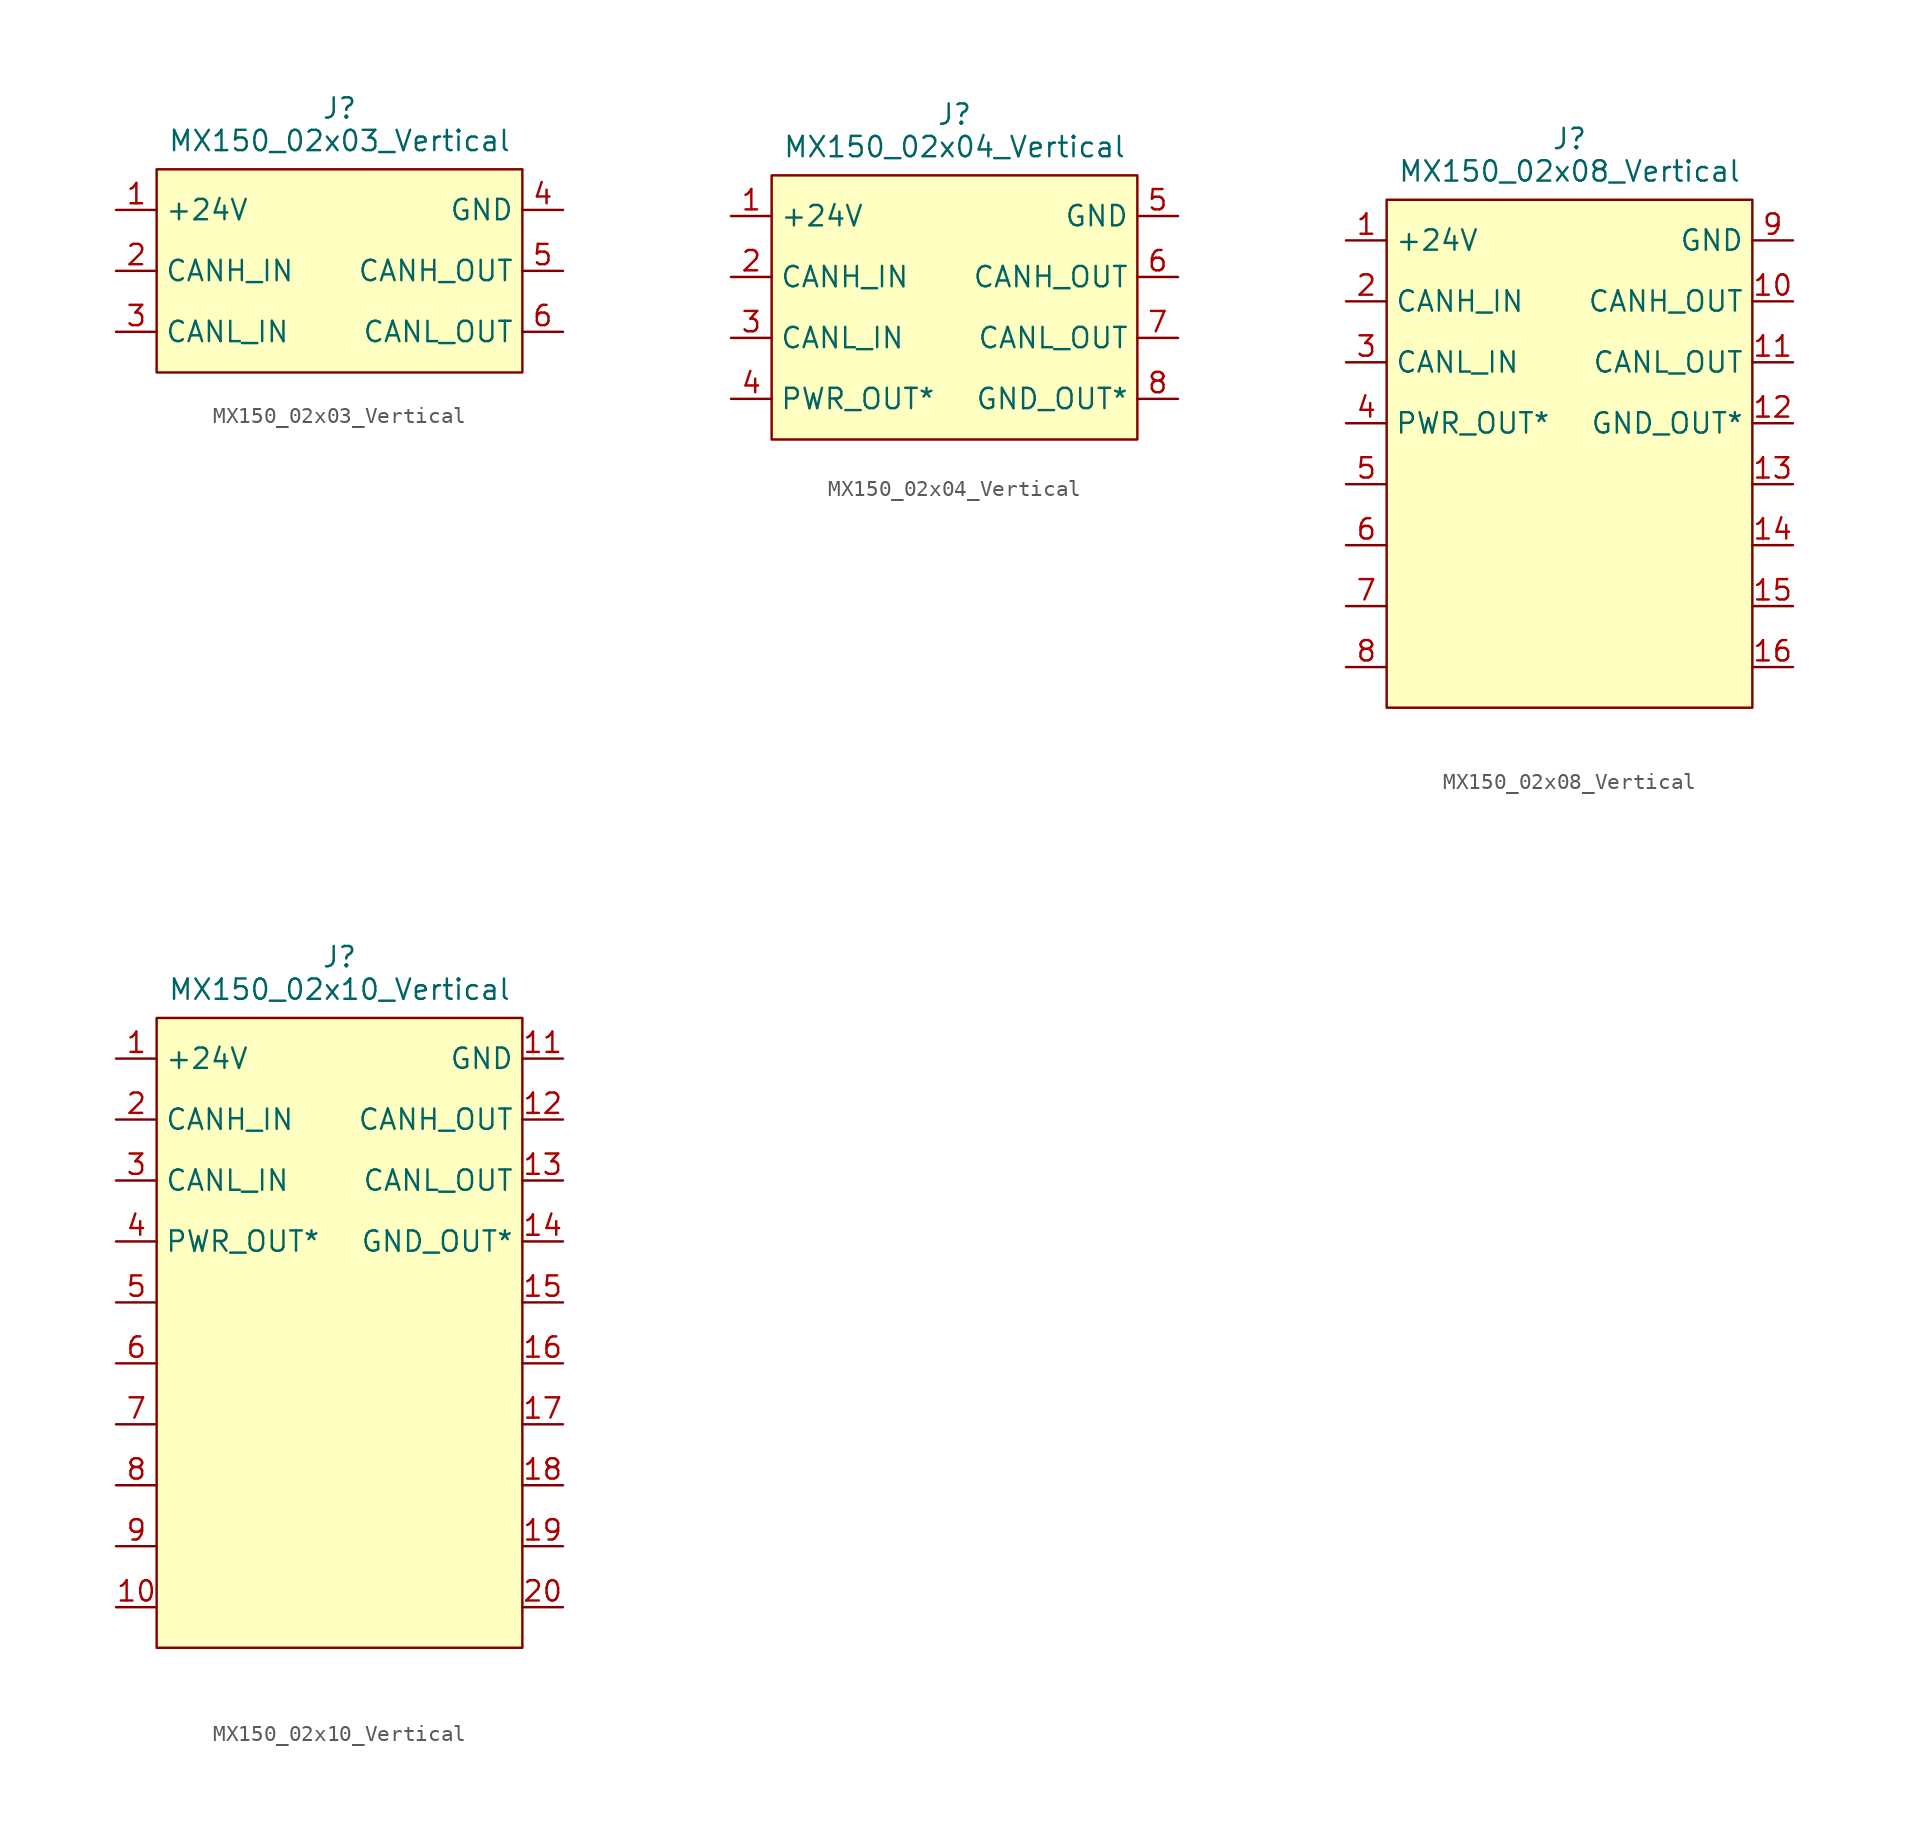
<source format=kicad_sym>
(kicad_symbol_lib
  (version 20241209)
  (generator "kicad_symbol_editor")
  (generator_version "9.0")
  (symbol "MX150_02x03_Vertical"
    (property "Reference" "J"
      (at 0 0 0)
      (effects (font (size 1.27 1.27))))
    (property "Value" "MX150_02x03_Vertical"
      (at 0 -2.032 0)
      (effects (font (size 1.27 1.27))))
    (symbol "MX150_02x03_Vertical_1_1"
      (rectangle (start -11.43 -3.81) (end 11.43 -16.51) (stroke (width 0) (type solid)) (fill (type color) (color 255 255 194 1)))
      (pin power_in line (at -13.97 -6.35 0) (length 2.54) (name "+24V" (effects (font (size 1.27 1.27)))) (number "1" (effects (font (size 1.27 1.27)))))
      (pin bidirectional line (at -13.97 -10.16 0) (length 2.54) (name "CANH_IN" (effects (font (size 1.27 1.27)))) (number "2" (effects (font (size 1.27 1.27)))))
      (pin bidirectional line (at -13.97 -13.97 0) (length 2.54) (name "CANL_IN" (effects (font (size 1.27 1.27)))) (number "3" (effects (font (size 1.27 1.27)))))
      (pin power_in line (at 13.97 -6.35 180) (length 2.54) (name "GND" (effects (font (size 1.27 1.27)))) (number "4" (effects (font (size 1.27 1.27)))))
      (pin bidirectional line (at 13.97 -10.16 180) (length 2.54) (name "CANH_OUT" (effects (font (size 1.27 1.27)))) (number "5" (effects (font (size 1.27 1.27)))))
      (pin bidirectional line (at 13.97 -13.97 180) (length 2.54) (name "CANL_OUT" (effects (font (size 1.27 1.27)))) (number "6" (effects (font (size 1.27 1.27)))))))
  (symbol "MX150_02x04_Vertical"
    (property "Reference" "J"
      (at 0 0 0)
      (effects (font (size 1.27 1.27))))
    (property "Value" "MX150_02x04_Vertical"
      (at 0 -2.032 0)
      (effects (font (size 1.27 1.27))))
    (symbol "MX150_02x04_Vertical_1_1"
      (rectangle (start -11.43 -3.81) (end 11.43 -20.32) (stroke (width 0) (type solid)) (fill (type color) (color 255 255 194 1)))
      (pin power_in line (at -13.97 -6.35 0) (length 2.54) (name "+24V" (effects (font (size 1.27 1.27)))) (number "1" (effects (font (size 1.27 1.27)))))
      (pin bidirectional line (at -13.97 -10.16 0) (length 2.54) (name "CANH_IN" (effects (font (size 1.27 1.27)))) (number "2" (effects (font (size 1.27 1.27)))))
      (pin bidirectional line (at -13.97 -13.97 0) (length 2.54) (name "CANL_IN" (effects (font (size 1.27 1.27)))) (number "3" (effects (font (size 1.27 1.27)))))
      (pin bidirectional line (at -13.97 -17.78 0) (length 2.54) (name "PWR_OUT*" (effects (font (size 1.27 1.27)))) (number "4" (effects (font (size 1.27 1.27)))))
      (pin power_in line (at 13.97 -6.35 180) (length 2.54) (name "GND" (effects (font (size 1.27 1.27)))) (number "5" (effects (font (size 1.27 1.27)))))
      (pin bidirectional line (at 13.97 -10.16 180) (length 2.54) (name "CANH_OUT" (effects (font (size 1.27 1.27)))) (number "6" (effects (font (size 1.27 1.27)))))
      (pin bidirectional line (at 13.97 -13.97 180) (length 2.54) (name "CANL_OUT" (effects (font (size 1.27 1.27)))) (number "7" (effects (font (size 1.27 1.27)))))
      (pin bidirectional line (at 13.97 -17.78 180) (length 2.54) (name "GND_OUT*" (effects (font (size 1.27 1.27)))) (number "8" (effects (font (size 1.27 1.27)))))))
  (symbol "MX150_02x08_Vertical"
    (property "Reference" "J"
      (at 0 0 0)
      (effects (font (size 1.27 1.27))))
    (property "Value" "MX150_02x08_Vertical"
      (at 0 -2.032 0)
      (effects (font (size 1.27 1.27))))
    (symbol "MX150_02x08_Vertical_1_1"
      (rectangle (start -11.43 -3.81) (end 11.43 -35.56) (stroke (width 0) (type solid)) (fill (type color) (color 255 255 194 1)))
      (pin power_in line (at -13.97 -6.35 0) (length 2.54) (name "+24V" (effects (font (size 1.27 1.27)))) (number "1" (effects (font (size 1.27 1.27)))))
      (pin bidirectional line (at -13.97 -10.16 0) (length 2.54) (name "CANH_IN" (effects (font (size 1.27 1.27)))) (number "2" (effects (font (size 1.27 1.27)))))
      (pin bidirectional line (at -13.97 -13.97 0) (length 2.54) (name "CANL_IN" (effects (font (size 1.27 1.27)))) (number "3" (effects (font (size 1.27 1.27)))))
      (pin bidirectional line (at -13.97 -17.78 0) (length 2.54) (name "PWR_OUT*" (effects (font (size 1.27 1.27)))) (number "4" (effects (font (size 1.27 1.27)))))
      (pin bidirectional line (at -13.97 -21.59 0) (length 2.54) (name "" (effects (font (size 1.27 1.27)))) (number "5" (effects (font (size 1.27 1.27)))))
      (pin bidirectional line (at -13.97 -25.4 0) (length 2.54) (name "" (effects (font (size 1.27 1.27)))) (number "6" (effects (font (size 1.27 1.27)))))
      (pin bidirectional line (at -13.97 -29.21 0) (length 2.54) (name "" (effects (font (size 1.27 1.27)))) (number "7" (effects (font (size 1.27 1.27)))))
      (pin bidirectional line (at -13.97 -33.02 0) (length 2.54) (name "" (effects (font (size 1.27 1.27)))) (number "8" (effects (font (size 1.27 1.27)))))
      (pin power_in line (at 13.97 -6.35 180) (length 2.54) (name "GND" (effects (font (size 1.27 1.27)))) (number "9" (effects (font (size 1.27 1.27)))))
      (pin bidirectional line (at 13.97 -10.16 180) (length 2.54) (name "CANH_OUT" (effects (font (size 1.27 1.27)))) (number "10" (effects (font (size 1.27 1.27)))))
      (pin bidirectional line (at 13.97 -13.97 180) (length 2.54) (name "CANL_OUT" (effects (font (size 1.27 1.27)))) (number "11" (effects (font (size 1.27 1.27)))))
      (pin bidirectional line (at 13.97 -17.78 180) (length 2.54) (name "GND_OUT*" (effects (font (size 1.27 1.27)))) (number "12" (effects (font (size 1.27 1.27)))))
      (pin power_in line (at 13.97 -21.59 180) (length 2.54) (name "" (effects (font (size 1.27 1.27)))) (number "13" (effects (font (size 1.27 1.27)))))
      (pin bidirectional line (at 13.97 -25.4 180) (length 2.54) (name "" (effects (font (size 1.27 1.27)))) (number "14" (effects (font (size 1.27 1.27)))))
      (pin bidirectional line (at 13.97 -29.21 180) (length 2.54) (name "" (effects (font (size 1.27 1.27)))) (number "15" (effects (font (size 1.27 1.27)))))
      (pin bidirectional line (at 13.97 -33.02 180) (length 2.54) (name "" (effects (font (size 1.27 1.27)))) (number "16" (effects (font (size 1.27 1.27)))))))
  (symbol "MX150_02x10_Vertical"
    (property "Reference" "J"
      (at 0 0 0)
      (effects (font (size 1.27 1.27))))
    (property "Value" "MX150_02x10_Vertical"
      (at 0 -2.032 0)
      (effects (font (size 1.27 1.27))))
    (symbol "MX150_02x10_Vertical_1_1"
      (rectangle (start -11.43 -3.81) (end 11.43 -43.18) (stroke (width 0) (type solid)) (fill (type color) (color 255 255 194 1)))
      (pin power_in line (at -13.97 -6.35 0) (length 2.54) (name "+24V" (effects (font (size 1.27 1.27)))) (number "1" (effects (font (size 1.27 1.27)))))
      (pin bidirectional line (at -13.97 -10.16 0) (length 2.54) (name "CANH_IN" (effects (font (size 1.27 1.27)))) (number "2" (effects (font (size 1.27 1.27)))))
      (pin bidirectional line (at -13.97 -13.97 0) (length 2.54) (name "CANL_IN" (effects (font (size 1.27 1.27)))) (number "3" (effects (font (size 1.27 1.27)))))
      (pin bidirectional line (at -13.97 -17.78 0) (length 2.54) (name "PWR_OUT*" (effects (font (size 1.27 1.27)))) (number "4" (effects (font (size 1.27 1.27)))))
      (pin bidirectional line (at -13.97 -21.59 0) (length 2.54) (name "" (effects (font (size 1.27 1.27)))) (number "5" (effects (font (size 1.27 1.27)))))
      (pin bidirectional line (at -13.97 -25.4 0) (length 2.54) (name "" (effects (font (size 1.27 1.27)))) (number "6" (effects (font (size 1.27 1.27)))))
      (pin bidirectional line (at -13.97 -29.21 0) (length 2.54) (name "" (effects (font (size 1.27 1.27)))) (number "7" (effects (font (size 1.27 1.27)))))
      (pin bidirectional line (at -13.97 -33.02 0) (length 2.54) (name "" (effects (font (size 1.27 1.27)))) (number "8" (effects (font (size 1.27 1.27)))))
      (pin bidirectional line (at -13.97 -36.83 0) (length 2.54) (name "" (effects (font (size 1.27 1.27)))) (number "9" (effects (font (size 1.27 1.27)))))
      (pin bidirectional line (at -13.97 -40.64 0) (length 2.54) (name "" (effects (font (size 1.27 1.27)))) (number "10" (effects (font (size 1.27 1.27)))))
      (pin power_in line (at 13.97 -6.35 180) (length 2.54) (name "GND" (effects (font (size 1.27 1.27)))) (number "11" (effects (font (size 1.27 1.27)))))
      (pin bidirectional line (at 13.97 -10.16 180) (length 2.54) (name "CANH_OUT" (effects (font (size 1.27 1.27)))) (number "12" (effects (font (size 1.27 1.27)))))
      (pin bidirectional line (at 13.97 -13.97 180) (length 2.54) (name "CANL_OUT" (effects (font (size 1.27 1.27)))) (number "13" (effects (font (size 1.27 1.27)))))
      (pin bidirectional line (at 13.97 -17.78 180) (length 2.54) (name "GND_OUT*" (effects (font (size 1.27 1.27)))) (number "14" (effects (font (size 1.27 1.27)))))
      (pin power_in line (at 13.97 -21.59 180) (length 2.54) (name "" (effects (font (size 1.27 1.27)))) (number "15" (effects (font (size 1.27 1.27)))))
      (pin bidirectional line (at 13.97 -25.4 180) (length 2.54) (name "" (effects (font (size 1.27 1.27)))) (number "16" (effects (font (size 1.27 1.27)))))
      (pin bidirectional line (at 13.97 -29.21 180) (length 2.54) (name "" (effects (font (size 1.27 1.27)))) (number "17" (effects (font (size 1.27 1.27)))))
      (pin bidirectional line (at 13.97 -33.02 180) (length 2.54) (name "" (effects (font (size 1.27 1.27)))) (number "18" (effects (font (size 1.27 1.27)))))
      (pin bidirectional line (at 13.97 -36.83 180) (length 2.54) (name "" (effects (font (size 1.27 1.27)))) (number "19" (effects (font (size 1.27 1.27)))))
      (pin bidirectional line (at 13.97 -40.64 180) (length 2.54) (name "" (effects (font (size 1.27 1.27)))) (number "20" (effects (font (size 1.27 1.27))))))))
</source>
